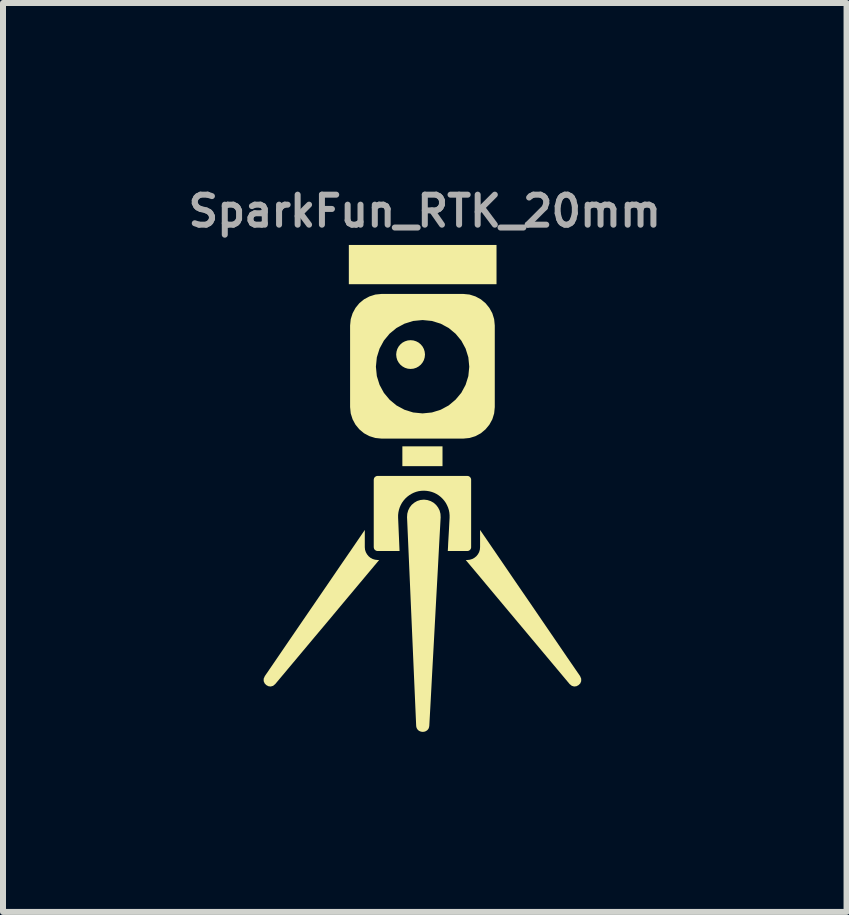
<source format=kicad_pcb>
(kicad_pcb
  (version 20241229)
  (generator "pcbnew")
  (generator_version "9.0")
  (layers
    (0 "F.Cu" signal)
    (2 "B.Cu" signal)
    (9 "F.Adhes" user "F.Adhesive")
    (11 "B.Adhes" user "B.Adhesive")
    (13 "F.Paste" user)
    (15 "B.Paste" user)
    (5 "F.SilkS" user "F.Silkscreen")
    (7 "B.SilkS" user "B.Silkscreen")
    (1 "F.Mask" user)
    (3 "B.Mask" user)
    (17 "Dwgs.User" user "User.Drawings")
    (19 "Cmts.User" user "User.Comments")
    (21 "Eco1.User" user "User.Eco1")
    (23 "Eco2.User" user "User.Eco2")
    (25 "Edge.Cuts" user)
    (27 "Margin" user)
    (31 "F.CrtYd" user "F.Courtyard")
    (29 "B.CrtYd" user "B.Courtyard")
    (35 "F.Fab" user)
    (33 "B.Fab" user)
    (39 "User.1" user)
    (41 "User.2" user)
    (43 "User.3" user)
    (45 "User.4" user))
  (footprint "SparkFun_RTK_20mm"
    (layer "F.Cu")
    (at 4.029 6.068)
    (property "Reference" "SparkFun_RTK_20mm" (at 0 -5.6 0) (layer "F.Fab") (effects (font (size 0.5 0.5) (thickness 0.1))))
    (attr board_only exclude_from_pos_files exclude_from_bom)
    (fp_poly (pts (xy 0.295 -1.35) (xy -0.374 -1.35) (xy -0.374 -1.68) (xy 0.295 -1.68)) (stroke (width 0) (type solid)) (fill yes) (layer "F.SilkS"))
    (fp_poly (pts (xy 1.195 -4.382) (xy -1.266 -4.382) (xy -1.266 -5.036) (xy 1.195 -5.036)) (stroke (width 0) (type solid)) (fill yes) (layer "F.SilkS"))
    (fp_poly (pts (xy -0.194 -3.42) (xy -0.153 -3.407) (xy -0.117 -3.388) (xy -0.085 -3.361) (xy -0.059 -3.33) (xy -0.039 -3.293) (xy -0.027 -3.253) (xy -0.022 -3.21) (xy -0.027 -3.166) (xy -0.039 -3.126) (xy -0.059 -3.09) (xy -0.085 -3.058) (xy -0.117 -3.032) (xy -0.153 -3.012) (xy -0.194 -2.999) (xy -0.237 -2.995) (xy -0.28 -2.999) (xy -0.321 -3.012) (xy -0.357 -3.032) (xy -0.389 -3.058) (xy -0.415 -3.09) (xy -0.435 -3.126) (xy -0.447 -3.166) (xy -0.452 -3.21) (xy -0.447 -3.253) (xy -0.435 -3.293) (xy -0.415 -3.33) (xy -0.389 -3.361) (xy -0.357 -3.388) (xy -0.321 -3.407) (xy -0.28 -3.42) (xy -0.237 -3.424)) (stroke (width 0.05) (type solid)) (fill yes) (layer "F.SilkS"))
    (fp_poly (pts (xy -1 0) (xy -0.996 0.043) (xy -0.983 0.083) (xy -0.963 0.119) (xy -0.937 0.151) (xy -0.906 0.177) (xy -0.869 0.197) (xy -0.829 0.209) (xy -0.786 0.214) (xy -0.761 0.214) (xy -0.977 0.472) (xy -1.194 0.731) (xy -1.41 0.989) (xy -1.626 1.248) (xy -1.843 1.506) (xy -2.059 1.764) (xy -2.276 2.023) (xy -2.492 2.281) (xy -2.528 2.311) (xy -2.568 2.322) (xy -2.607 2.317) (xy -2.642 2.298) (xy -2.669 2.27) (xy -2.685 2.233) (xy -2.685 2.192) (xy -2.666 2.149) (xy -2.458 1.845) (xy -2.25 1.54) (xy -2.042 1.236) (xy -1.833 0.931) (xy -1.625 0.627) (xy -1.417 0.322) (xy -1.208 0.018) (xy -1 -0.287)) (stroke (width 0) (type solid)) (fill yes) (layer "F.SilkS"))
    (fp_poly (pts (xy 1.13 0.018) (xy 1.338 0.322) (xy 1.546 0.627) (xy 1.755 0.931) (xy 1.963 1.236) (xy 2.171 1.54) (xy 2.379 1.845) (xy 2.588 2.149) (xy 2.606 2.192) (xy 2.606 2.233) (xy 2.591 2.27) (xy 2.563 2.298) (xy 2.528 2.317) (xy 2.489 2.322) (xy 2.45 2.311) (xy 2.413 2.281) (xy 2.197 2.023) (xy 1.98 1.764) (xy 1.764 1.506) (xy 1.548 1.248) (xy 1.331 0.989) (xy 1.115 0.731) (xy 0.899 0.472) (xy 0.682 0.214) (xy 0.708 0.214) (xy 0.751 0.209) (xy 0.791 0.197) (xy 0.827 0.177) (xy 0.859 0.151) (xy 0.885 0.119) (xy 0.905 0.083) (xy 0.917 0.043) (xy 0.921 0) (xy 0.921 -0.287)) (stroke (width 0) (type solid)) (fill yes) (layer "F.SilkS"))
    (fp_poly (pts (xy -0.016 -0.792) (xy -0.015 -0.792) (xy -0.015 -0.792) (xy -0.014 -0.792) (xy -0.014 -0.792) (xy -0.013 -0.792) (xy -0.013 -0.792) (xy -0.013 -0.792) (xy 0.045 -0.785) (xy 0.099 -0.767) (xy 0.147 -0.74) (xy 0.189 -0.703) (xy 0.222 -0.659) (xy 0.247 -0.61) (xy 0.261 -0.555) (xy 0.264 -0.497) (xy 0.24 -0.063) (xy 0.217 0.371) (xy 0.193 0.805) (xy 0.146 1.673) (xy 0.122 2.107) (xy 0.099 2.54) (xy 0.075 2.974) (xy 0.071 2.999) (xy 0.064 3.02) (xy 0.053 3.037) (xy 0.039 3.052) (xy 0.022 3.063) (xy 0.004 3.072) (xy -0.015 3.076) (xy -0.034 3.078) (xy -0.054 3.076) (xy -0.074 3.071) (xy -0.092 3.063) (xy -0.108 3.052) (xy -0.122 3.037) (xy -0.133 3.019) (xy -0.141 2.998) (xy -0.144 2.973) (xy -0.163 2.539) (xy -0.182 2.105) (xy -0.201 1.671) (xy -0.22 1.237) (xy -0.239 0.803) (xy -0.258 0.369) (xy -0.277 -0.065) (xy -0.296 -0.5) (xy -0.292 -0.558) (xy -0.277 -0.612) (xy -0.252 -0.662) (xy -0.218 -0.706) (xy -0.176 -0.741) (xy -0.128 -0.769) (xy -0.074 -0.786) (xy -0.016 -0.792)) (stroke (width 0) (type solid)) (fill yes) (layer "F.SilkS"))
    (fp_poly (pts (xy 0.741 -4.185) (xy 0.835 -4.155) (xy 0.92 -4.109) (xy 0.994 -4.048) (xy 1.055 -3.973) (xy 1.102 -3.888) (xy 1.131 -3.794) (xy 1.141 -3.693) (xy 1.141 -2.335) (xy 1.131 -2.234) (xy 1.102 -2.14) (xy 1.055 -2.055) (xy 0.994 -1.981) (xy 0.92 -1.919) (xy 0.835 -1.873) (xy 0.741 -1.844) (xy 0.639 -1.834) (xy -0.718 -1.834) (xy -0.819 -1.844) (xy -0.913 -1.873) (xy -0.999 -1.919) (xy -1.073 -1.981) (xy -1.134 -2.055) (xy -1.18 -2.14) (xy -1.21 -2.234) (xy -1.22 -2.335) (xy -1.22 -3.007) (xy -0.84 -3.007) (xy -0.824 -2.845) (xy -0.777 -2.695) (xy -0.703 -2.558) (xy -0.605 -2.44) (xy -0.486 -2.341) (xy -0.349 -2.267) (xy -0.199 -2.22) (xy -0.037 -2.204) (xy 0.124 -2.22) (xy 0.275 -2.267) (xy 0.412 -2.341) (xy 0.53 -2.44) (xy 0.629 -2.558) (xy 0.703 -2.695) (xy 0.75 -2.845) (xy 0.766 -3.007) (xy 0.75 -3.169) (xy 0.703 -3.319) (xy 0.629 -3.456) (xy 0.53 -3.575) (xy 0.412 -3.673) (xy 0.275 -3.747) (xy 0.124 -3.794) (xy -0.037 -3.81) (xy -0.199 -3.794) (xy -0.349 -3.747) (xy -0.486 -3.673) (xy -0.605 -3.575) (xy -0.703 -3.456) (xy -0.777 -3.319) (xy -0.824 -3.169) (xy -0.84 -3.007) (xy -1.22 -3.007) (xy -1.22 -3.693) (xy -1.21 -3.794) (xy -1.18 -3.888) (xy -1.134 -3.973) (xy -1.073 -4.048) (xy -0.999 -4.109) (xy -0.913 -4.155) (xy -0.819 -4.185) (xy -0.718 -4.195) (xy 0.639 -4.195)) (stroke (width 0.05) (type solid)) (fill yes) (layer "F.SilkS"))
    (fp_poly (pts (xy 0.721 -1.186) (xy 0.733 -1.182) (xy 0.744 -1.176) (xy 0.753 -1.168) (xy 0.761 -1.159) (xy 0.767 -1.148) (xy 0.771 -1.136) (xy 0.772 -1.123) (xy 0.772 0) (xy 0.771 0.013) (xy 0.767 0.025) (xy 0.761 0.036) (xy 0.753 0.045) (xy 0.744 0.053) (xy 0.733 0.059) (xy 0.721 0.063) (xy 0.708 0.064) (xy 0.383 0.064) (xy 0.387 -0.005) (xy 0.39 -0.074) (xy 0.394 -0.143) (xy 0.398 -0.212) (xy 0.402 -0.281) (xy 0.409 -0.419) (xy 0.413 -0.488) (xy 0.413 -0.532) (xy 0.409 -0.576) (xy 0.401 -0.618) (xy 0.388 -0.659) (xy 0.371 -0.698) (xy 0.351 -0.736) (xy 0.326 -0.772) (xy 0.298 -0.805) (xy 0.266 -0.836) (xy 0.232 -0.863) (xy 0.196 -0.886) (xy 0.158 -0.905) (xy 0.118 -0.92) (xy 0.076 -0.931) (xy 0.033 -0.938) (xy -0.011 -0.941) (xy -0.011 -0.941) (xy -0.012 -0.941) (xy -0.013 -0.941) (xy -0.013 -0.941) (xy -0.014 -0.941) (xy -0.015 -0.941) (xy -0.015 -0.941) (xy -0.016 -0.941) (xy -0.016 -0.941) (xy -0.016 -0.941) (xy -0.06 -0.939) (xy -0.103 -0.933) (xy -0.145 -0.922) (xy -0.185 -0.907) (xy -0.223 -0.888) (xy -0.26 -0.865) (xy -0.294 -0.839) (xy -0.326 -0.809) (xy -0.355 -0.775) (xy -0.38 -0.74) (xy -0.401 -0.702) (xy -0.418 -0.663) (xy -0.431 -0.622) (xy -0.44 -0.58) (xy -0.445 -0.537) (xy -0.445 -0.493) (xy -0.442 -0.423) (xy -0.439 -0.354) (xy -0.436 -0.284) (xy -0.433 -0.214) (xy -0.43 -0.145) (xy -0.427 -0.075) (xy -0.424 -0.005) (xy -0.421 0.064) (xy -0.786 0.064) (xy -0.799 0.063) (xy -0.811 0.059) (xy -0.822 0.053) (xy -0.832 0.045) (xy -0.84 0.036) (xy -0.846 0.025) (xy -0.849 0.013) (xy -0.851 0) (xy -0.851 -1.123) (xy -0.849 -1.136) (xy -0.846 -1.148) (xy -0.84 -1.159) (xy -0.832 -1.168) (xy -0.822 -1.176) (xy -0.811 -1.182) (xy -0.799 -1.186) (xy -0.786 -1.187) (xy 0.708 -1.187)) (stroke (width 0) (type solid)) (fill yes) (layer "F.SilkS")))
  (gr_rect
    (start -3 -3)
    (end 11.057 12.146)
    (stroke (width 0.1) (type default))
    (fill no)
    (layer "Edge.Cuts")))
</source>
